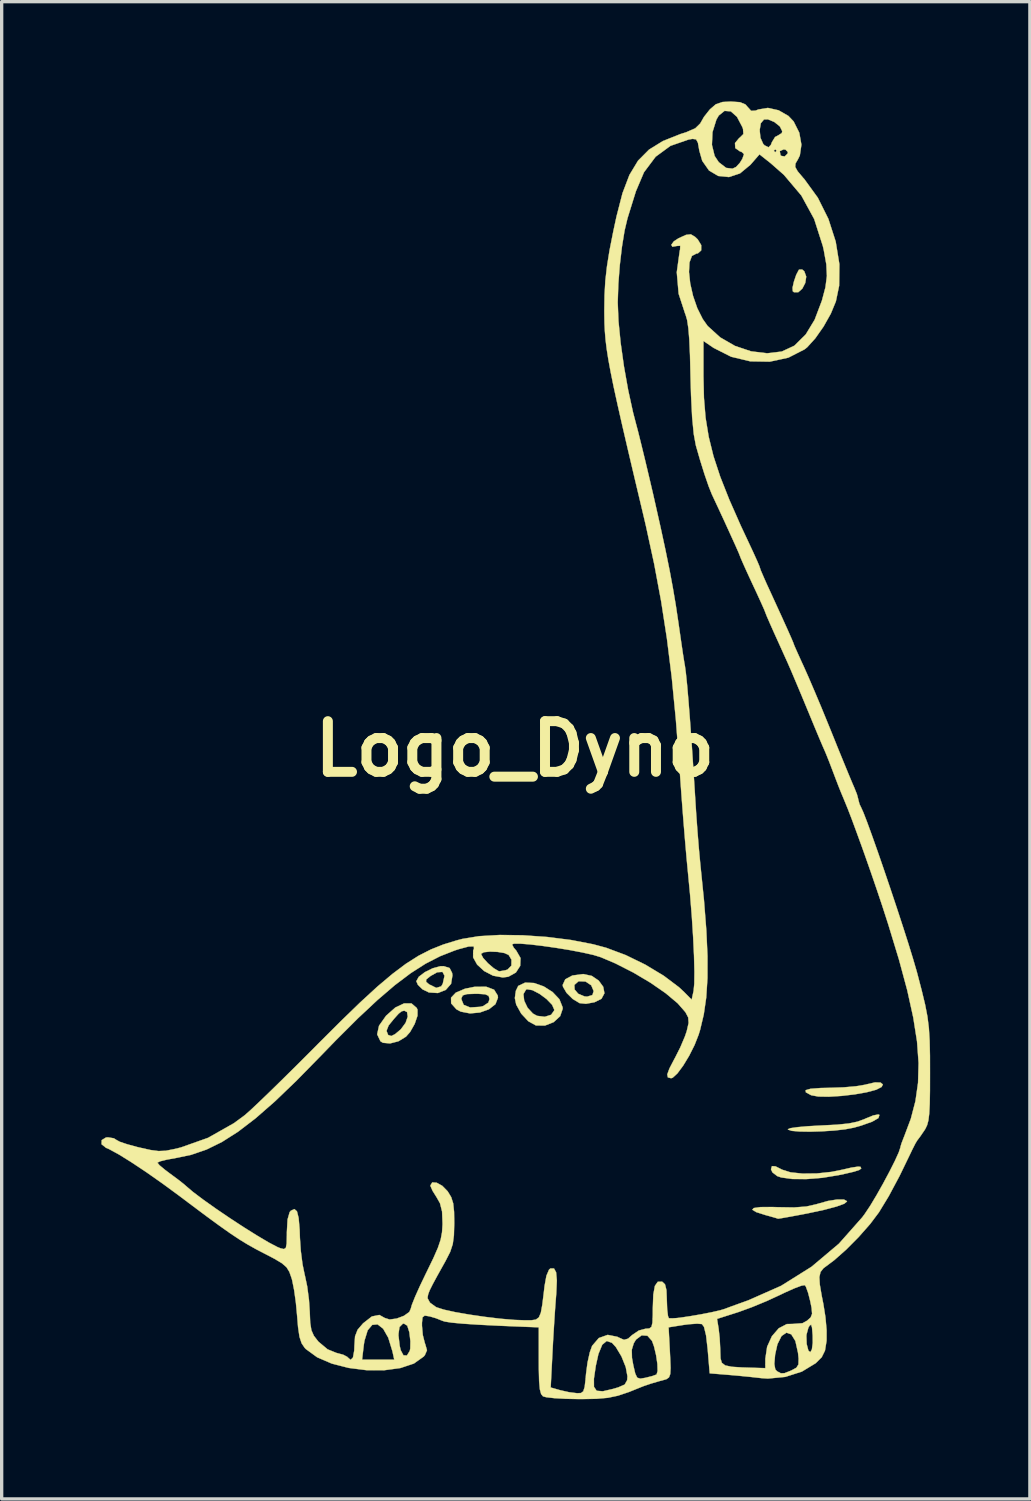
<source format=kicad_pcb>
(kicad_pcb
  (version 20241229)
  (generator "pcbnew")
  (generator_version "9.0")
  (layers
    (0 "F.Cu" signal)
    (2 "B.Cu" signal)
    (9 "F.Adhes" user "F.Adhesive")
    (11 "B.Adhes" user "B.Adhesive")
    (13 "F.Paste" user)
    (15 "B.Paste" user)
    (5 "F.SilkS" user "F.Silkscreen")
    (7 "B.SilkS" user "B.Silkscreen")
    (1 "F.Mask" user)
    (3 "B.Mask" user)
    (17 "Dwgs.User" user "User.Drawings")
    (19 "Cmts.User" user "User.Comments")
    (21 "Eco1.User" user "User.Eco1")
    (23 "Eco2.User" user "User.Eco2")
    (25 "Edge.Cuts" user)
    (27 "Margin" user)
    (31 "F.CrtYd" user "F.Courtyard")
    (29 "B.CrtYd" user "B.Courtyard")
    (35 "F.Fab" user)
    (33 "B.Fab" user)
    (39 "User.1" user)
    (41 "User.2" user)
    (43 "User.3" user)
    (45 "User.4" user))
  (footprint "Logo_Dyno"
    (layer "F.Cu")
    (at 12.437 19.478)
    (property "Reference" "Logo_Dyno" (at 0 0 0) (layer "F.SilkS") (effects (font (size 1.524 1.524) (thickness 0.3))))
    (attr through_hole)
    (fp_poly (pts (xy 8.707 -14.367) (xy 8.765 -14.207) (xy 8.736 -14.018) (xy 8.648 -13.847) (xy 8.526 -13.738) (xy 8.397 -13.738) (xy 8.361 -13.766) (xy 8.353 -13.87) (xy 8.395 -14.058) (xy 8.464 -14.261) (xy 8.542 -14.409) (xy 8.55 -14.418) (xy 8.643 -14.421) (xy 8.707 -14.367)) (stroke (width 0.01) (type solid)) (fill yes) (layer "F.SilkS"))
    (fp_poly (pts (xy 11.003 10.037) (xy 11.071 10.094) (xy 11.032 10.169) (xy 10.87 10.252) (xy 10.585 10.328) (xy 10.222 10.392) (xy 9.828 10.438) (xy 9.449 10.462) (xy 9.13 10.457) (xy 8.917 10.418) (xy 8.911 10.416) (xy 8.754 10.33) (xy 8.747 10.266) (xy 8.896 10.223) (xy 9.205 10.2) (xy 9.504 10.194) (xy 9.894 10.18) (xy 10.257 10.148) (xy 10.534 10.102) (xy 10.603 10.084) (xy 10.835 10.031) (xy 11.003 10.037)) (stroke (width 0.01) (type solid)) (fill yes) (layer "F.SilkS"))
    (fp_poly (pts (xy 7.84 12.556) (xy 8.043 12.658) (xy 8.293 12.737) (xy 8.657 12.775) (xy 9.085 12.77) (xy 9.527 12.723) (xy 9.858 12.656) (xy 10.127 12.594) (xy 10.324 12.565) (xy 10.398 12.571) (xy 10.42 12.62) (xy 10.362 12.665) (xy 10.199 12.718) (xy 9.906 12.786) (xy 9.735 12.822) (xy 9.246 12.902) (xy 8.767 12.94) (xy 8.341 12.937) (xy 8.013 12.891) (xy 7.895 12.851) (xy 7.749 12.739) (xy 7.705 12.645) (xy 7.734 12.55) (xy 7.84 12.556)) (stroke (width 0.01) (type solid)) (fill yes) (layer "F.SilkS"))
    (fp_poly (pts (xy 10.967 11.01) (xy 10.937 11.104) (xy 10.749 11.213) (xy 10.414 11.332) (xy 10.192 11.394) (xy 9.934 11.443) (xy 9.604 11.48) (xy 9.24 11.503) (xy 8.881 11.514) (xy 8.565 11.509) (xy 8.331 11.489) (xy 8.218 11.452) (xy 8.213 11.44) (xy 8.292 11.408) (xy 8.507 11.377) (xy 8.826 11.349) (xy 9.207 11.328) (xy 9.691 11.303) (xy 10.044 11.267) (xy 10.309 11.212) (xy 10.524 11.132) (xy 10.562 11.114) (xy 10.781 11.025) (xy 10.932 10.996) (xy 10.967 11.01)) (stroke (width 0.01) (type solid)) (fill yes) (layer "F.SilkS"))
    (fp_poly (pts (xy 9.9 13.555) (xy 9.99 13.604) (xy 9.991 13.613) (xy 9.909 13.681) (xy 9.675 13.766) (xy 9.305 13.864) (xy 8.813 13.97) (xy 8.594 14.012) (xy 8.282 14.07) (xy 8.045 14.112) (xy 7.924 14.131) (xy 7.916 14.131) (xy 7.843 14.107) (xy 7.657 14.054) (xy 7.542 14.023) (xy 7.26 13.933) (xy 7.143 13.862) (xy 7.187 13.811) (xy 7.388 13.782) (xy 7.742 13.78) (xy 7.909 13.785) (xy 8.397 13.793) (xy 8.767 13.765) (xy 9.069 13.697) (xy 9.111 13.684) (xy 9.419 13.598) (xy 9.696 13.554) (xy 9.9 13.555)) (stroke (width 0.01) (type solid)) (fill yes) (layer "F.SilkS"))
    (fp_poly (pts (xy -1.962 6.591) (xy -1.887 6.739) (xy -1.877 6.81) (xy -1.918 7.065) (xy -2.078 7.249) (xy -2.315 7.343) (xy -2.585 7.326) (xy -2.775 7.234) (xy -2.916 7.097) (xy -2.955 7.007) (xy -2.669 7.007) (xy -2.578 7.083) (xy -2.363 7.188) (xy -2.215 7.142) (xy -2.168 7.063) (xy -2.115 6.824) (xy -2.176 6.707) (xy -2.337 6.719) (xy -2.533 6.829) (xy -2.667 6.935) (xy -2.669 7.007) (xy -2.955 7.007) (xy -2.963 6.987) (xy -2.89 6.855) (xy -2.708 6.716) (xy -2.472 6.599) (xy -2.238 6.536) (xy -2.14 6.535) (xy -1.962 6.591)) (stroke (width 0.01) (type solid)) (fill yes) (layer "F.SilkS"))
    (fp_poly (pts (xy 2.314 6.828) (xy 2.521 6.968) (xy 2.658 7.155) (xy 2.695 7.35) (xy 2.606 7.516) (xy 2.603 7.518) (xy 2.396 7.62) (xy 2.139 7.667) (xy 1.947 7.647) (xy 1.741 7.522) (xy 1.557 7.34) (xy 1.449 7.156) (xy 1.439 7.1) (xy 1.44 7.099) (xy 1.791 7.099) (xy 1.798 7.237) (xy 1.907 7.366) (xy 2.093 7.444) (xy 2.176 7.451) (xy 2.334 7.403) (xy 2.371 7.284) (xy 2.298 7.111) (xy 2.127 6.997) (xy 1.928 6.989) (xy 1.911 6.994) (xy 1.791 7.099) (xy 1.44 7.099) (xy 1.517 6.93) (xy 1.731 6.816) (xy 2.053 6.773) (xy 2.063 6.773) (xy 2.314 6.828)) (stroke (width 0.01) (type solid)) (fill yes) (layer "F.SilkS"))
    (fp_poly (pts (xy -0.624 7.243) (xy -0.514 7.42) (xy -0.508 7.483) (xy -0.584 7.679) (xy -0.78 7.832) (xy -1.05 7.929) (xy -1.348 7.956) (xy -1.628 7.902) (xy -1.757 7.833) (xy -1.916 7.655) (xy -1.918 7.528) (xy -1.609 7.528) (xy -1.539 7.699) (xy -1.344 7.777) (xy -1.044 7.758) (xy -0.953 7.736) (xy -0.797 7.632) (xy -0.762 7.525) (xy -0.788 7.429) (xy -0.891 7.381) (xy -1.114 7.366) (xy -1.185 7.366) (xy -1.44 7.375) (xy -1.567 7.414) (xy -1.607 7.498) (xy -1.609 7.528) (xy -1.918 7.528) (xy -1.919 7.483) (xy -1.775 7.331) (xy -1.497 7.213) (xy -1.219 7.157) (xy -0.865 7.153) (xy -0.624 7.243)) (stroke (width 0.01) (type solid)) (fill yes) (layer "F.SilkS"))
    (fp_poly (pts (xy -3.109 7.656) (xy -2.954 7.789) (xy -2.928 7.843) (xy -2.929 8.026) (xy -3.013 8.272) (xy -3.151 8.515) (xy -3.275 8.656) (xy -3.501 8.794) (xy -3.753 8.859) (xy -3.968 8.84) (xy -4.043 8.794) (xy -4.142 8.585) (xy -4.119 8.48) (xy -3.861 8.48) (xy -3.811 8.605) (xy -3.716 8.636) (xy -3.605 8.581) (xy -3.444 8.447) (xy -3.425 8.428) (xy -3.286 8.24) (xy -3.222 8.053) (xy -3.242 7.916) (xy -3.326 7.874) (xy -3.404 7.892) (xy -3.498 7.966) (xy -3.64 8.125) (xy -3.796 8.317) (xy -3.861 8.48) (xy -4.119 8.48) (xy -4.085 8.326) (xy -3.874 8.027) (xy -3.873 8.026) (xy -3.595 7.779) (xy -3.332 7.655) (xy -3.109 7.656)) (stroke (width 0.01) (type solid)) (fill yes) (layer "F.SilkS"))
    (fp_poly (pts (xy 0.579 7.042) (xy 0.868 7.144) (xy 1.136 7.314) (xy 1.34 7.53) (xy 1.436 7.77) (xy 1.439 7.817) (xy 1.363 8.039) (xy 1.169 8.218) (xy 0.908 8.321) (xy 0.635 8.319) (xy 0.405 8.192) (xy 0.191 7.962) (xy 0.041 7.691) (xy 0 7.495) (xy 0.017 7.374) (xy 0.258 7.374) (xy 0.281 7.573) (xy 0.383 7.786) (xy 0.543 7.96) (xy 0.668 8.029) (xy 0.9 8.058) (xy 1.091 7.998) (xy 1.183 7.869) (xy 1.185 7.843) (xy 1.12 7.696) (xy 0.956 7.526) (xy 0.743 7.368) (xy 0.53 7.257) (xy 0.366 7.229) (xy 0.337 7.24) (xy 0.258 7.374) (xy 0.017 7.374) (xy 0.031 7.275) (xy 0.102 7.129) (xy 0.309 7.03) (xy 0.579 7.042)) (stroke (width 0.01) (type solid)) (fill yes) (layer "F.SilkS"))
    (fp_poly (pts (xy 6.774 -19.454) (xy 6.937 -19.386) (xy 7.007 -19.306) (xy 7.109 -19.193) (xy 7.242 -19.201) (xy 7.323 -19.234) (xy 7.611 -19.282) (xy 7.934 -19.21) (xy 8.23 -19.04) (xy 8.386 -18.875) (xy 8.556 -18.536) (xy 8.62 -18.176) (xy 8.573 -17.853) (xy 8.516 -17.736) (xy 8.442 -17.609) (xy 8.434 -17.506) (xy 8.506 -17.377) (xy 8.674 -17.177) (xy 8.707 -17.141) (xy 9.114 -16.58) (xy 9.432 -15.942) (xy 9.651 -15.263) (xy 9.762 -14.581) (xy 9.755 -13.934) (xy 9.657 -13.462) (xy 9.505 -13.094) (xy 9.286 -12.705) (xy 9.038 -12.351) (xy 8.795 -12.083) (xy 8.715 -12.019) (xy 8.226 -11.769) (xy 7.668 -11.649) (xy 7.082 -11.659) (xy 6.506 -11.797) (xy 5.981 -12.062) (xy 5.979 -12.064) (xy 5.673 -12.272) (xy 5.673 -11.212) (xy 5.688 -10.563) (xy 5.737 -9.965) (xy 5.831 -9.39) (xy 5.975 -8.806) (xy 6.179 -8.185) (xy 6.451 -7.497) (xy 6.798 -6.711) (xy 7.036 -6.204) (xy 7.181 -5.893) (xy 7.294 -5.643) (xy 7.358 -5.492) (xy 7.366 -5.465) (xy 7.398 -5.371) (xy 7.483 -5.173) (xy 7.57 -4.976) (xy 7.707 -4.678) (xy 7.88 -4.3) (xy 8.055 -3.918) (xy 8.078 -3.866) (xy 8.215 -3.564) (xy 8.32 -3.326) (xy 8.377 -3.191) (xy 8.382 -3.174) (xy 8.415 -3.089) (xy 8.504 -2.888) (xy 8.631 -2.608) (xy 8.689 -2.483) (xy 8.828 -2.171) (xy 9.01 -1.747) (xy 9.217 -1.256) (xy 9.428 -0.741) (xy 9.54 -0.466) (xy 9.728 0.001) (xy 9.904 0.431) (xy 10.052 0.791) (xy 10.161 1.051) (xy 10.207 1.156) (xy 10.29 1.363) (xy 10.329 1.509) (xy 10.329 1.517) (xy 10.369 1.664) (xy 10.415 1.758) (xy 10.484 1.911) (xy 10.596 2.2) (xy 10.741 2.598) (xy 10.912 3.081) (xy 11.099 3.622) (xy 11.294 4.197) (xy 11.488 4.778) (xy 11.672 5.341) (xy 11.838 5.859) (xy 11.976 6.308) (xy 12.079 6.66) (xy 12.099 6.731) (xy 12.239 7.267) (xy 12.341 7.691) (xy 12.411 8.052) (xy 12.454 8.396) (xy 12.477 8.773) (xy 12.487 9.229) (xy 12.488 9.737) (xy 12.487 10.281) (xy 12.48 10.683) (xy 12.465 10.971) (xy 12.44 11.173) (xy 12.402 11.316) (xy 12.348 11.429) (xy 12.321 11.472) (xy 12.198 11.652) (xy 12.116 11.762) (xy 12.109 11.769) (xy 12.05 11.866) (xy 11.952 12.059) (xy 11.909 12.15) (xy 11.574 12.842) (xy 11.246 13.456) (xy 10.951 13.941) (xy 10.686 14.293) (xy 10.342 14.683) (xy 9.967 15.061) (xy 9.61 15.377) (xy 9.429 15.513) (xy 9.283 15.622) (xy 9.195 15.734) (xy 9.16 15.886) (xy 9.173 16.111) (xy 9.23 16.446) (xy 9.281 16.702) (xy 9.343 17.094) (xy 9.378 17.484) (xy 9.377 17.794) (xy 9.376 17.808) (xy 9.329 18.099) (xy 9.231 18.298) (xy 9.049 18.479) (xy 8.635 18.73) (xy 8.135 18.89) (xy 7.612 18.941) (xy 7.423 18.928) (xy 7.091 18.891) (xy 6.693 18.852) (xy 6.423 18.829) (xy 5.861 18.783) (xy 5.801 18.064) (xy 5.752 17.641) (xy 5.69 17.386) (xy 5.627 17.301) (xy 5.483 17.289) (xy 5.238 17.306) (xy 5.069 17.328) (xy 4.625 17.399) (xy 4.652 17.907) (xy 4.674 18.335) (xy 4.685 18.624) (xy 4.675 18.804) (xy 4.636 18.905) (xy 4.562 18.958) (xy 4.443 18.993) (xy 4.36 19.014) (xy 4.1 19.09) (xy 3.884 19.163) (xy 3.852 19.175) (xy 3.433 19.344) (xy 3.102 19.455) (xy 2.797 19.519) (xy 2.456 19.549) (xy 2.02 19.557) (xy 1.923 19.557) (xy 1.529 19.549) (xy 1.19 19.53) (xy 0.947 19.502) (xy 0.847 19.475) (xy 0.79 19.405) (xy 0.752 19.262) (xy 0.73 19.019) (xy 0.721 18.648) (xy 0.72 18.397) (xy 0.72 17.399) (xy 0.296 17.383) (xy -0.48 17.351) (xy -1.097 17.32) (xy -1.567 17.289) (xy -1.899 17.258) (xy -2.105 17.226) (xy -2.18 17.202) (xy -2.376 17.124) (xy -2.561 17.07) (xy -2.71 17.046) (xy -2.777 17.097) (xy -2.794 17.263) (xy -2.794 17.351) (xy -2.769 17.631) (xy -2.707 17.876) (xy -2.696 17.903) (xy -2.643 18.089) (xy -2.707 18.236) (xy -2.742 18.278) (xy -3.036 18.488) (xy -3.444 18.624) (xy -3.932 18.69) (xy -4.462 18.688) (xy -4.999 18.62) (xy -5.506 18.49) (xy -5.947 18.3) (xy -6.287 18.052) (xy -6.322 18.015) (xy -6.414 17.879) (xy -6.478 17.685) (xy -6.521 17.395) (xy -6.549 17.06) (xy -6.586 16.663) (xy -6.639 16.28) (xy -6.699 15.979) (xy -6.717 15.917) (xy -6.783 15.73) (xy -6.868 15.592) (xy -7.007 15.471) (xy -7.235 15.335) (xy -7.517 15.188) (xy -7.788 15.047) (xy -8.036 14.908) (xy -8.285 14.756) (xy -8.56 14.573) (xy -8.884 14.344) (xy -9.282 14.053) (xy -9.778 13.682) (xy -10.075 13.458) (xy -10.587 13.082) (xy -11.082 12.734) (xy -11.514 12.447) (xy -10.753 12.447) (xy -10.69 12.523) (xy -10.527 12.659) (xy -10.374 12.774) (xy -10.141 12.946) (xy -9.955 13.092) (xy -9.888 13.151) (xy -9.681 13.327) (xy -9.372 13.56) (xy -8.993 13.829) (xy -8.575 14.113) (xy -8.15 14.391) (xy -7.749 14.642) (xy -7.403 14.847) (xy -7.144 14.983) (xy -7.048 15.022) (xy -6.946 15.045) (xy -6.889 15.009) (xy -6.864 14.881) (xy -6.858 14.626) (xy -6.858 14.536) (xy -6.837 14.155) (xy -6.774 13.934) (xy -6.739 13.892) (xy -6.631 13.842) (xy -6.554 13.91) (xy -6.504 14.11) (xy -6.474 14.456) (xy -6.466 14.696) (xy -6.439 15.097) (xy -6.387 15.503) (xy -6.32 15.828) (xy -6.316 15.839) (xy -6.246 16.17) (xy -6.193 16.576) (xy -6.17 16.923) (xy -6.156 17.261) (xy -6.12 17.486) (xy -6.046 17.653) (xy -5.918 17.819) (xy -5.908 17.831) (xy -5.633 18.061) (xy -5.369 18.168) (xy -5.161 18.224) (xy -5.037 18.29) (xy -5.032 18.298) (xy -4.939 18.379) (xy -4.933 18.373) (xy -4.596 18.373) (xy -3.627 18.373) (xy -3.683 18.118) (xy -3.808 17.71) (xy -3.858 17.622) (xy -3.503 17.622) (xy -3.464 17.954) (xy -3.434 18.086) (xy -3.351 18.241) (xy -3.246 18.246) (xy -3.162 18.11) (xy -3.146 18.037) (xy -3.142 17.816) (xy -3.172 17.555) (xy -3.172 17.552) (xy -3.236 17.349) (xy -3.336 17.287) (xy -3.37 17.291) (xy -3.471 17.392) (xy -3.503 17.622) (xy -3.858 17.622) (xy -3.962 17.44) (xy -4.129 17.31) (xy -4.289 17.325) (xy -4.427 17.488) (xy -4.524 17.803) (xy -4.544 17.933) (xy -4.596 18.373) (xy -4.933 18.373) (xy -4.869 18.306) (xy -4.831 18.095) (xy -4.826 17.956) (xy -4.807 17.671) (xy -4.73 17.472) (xy -4.565 17.279) (xy -4.3 17.072) (xy -4.075 17.027) (xy -3.914 17.117) (xy -3.768 17.164) (xy -3.554 17.135) (xy -3.336 17.053) (xy -3.176 16.939) (xy -3.133 16.846) (xy -3.096 16.718) (xy -2.998 16.473) (xy -2.851 16.146) (xy -2.671 15.771) (xy -2.656 15.741) (xy -2.451 15.319) (xy -2.314 15.006) (xy -2.231 14.759) (xy -2.19 14.539) (xy -2.175 14.304) (xy -2.175 14.263) (xy -2.189 13.915) (xy -2.251 13.668) (xy -2.355 13.484) (xy -2.476 13.291) (xy -2.538 13.148) (xy -2.54 13.131) (xy -2.485 13.04) (xy -2.351 13.049) (xy -2.182 13.143) (xy -2.022 13.306) (xy -2.017 13.314) (xy -1.914 13.484) (xy -1.855 13.67) (xy -1.828 13.925) (xy -1.823 14.266) (xy -1.833 14.632) (xy -1.868 14.896) (xy -1.945 15.129) (xy -2.082 15.398) (xy -2.112 15.452) (xy -2.327 15.837) (xy -2.472 16.105) (xy -2.561 16.283) (xy -2.606 16.4) (xy -2.623 16.486) (xy -2.624 16.527) (xy -2.553 16.657) (xy -2.377 16.785) (xy -2.349 16.799) (xy -2.135 16.867) (xy -1.794 16.942) (xy -1.369 17.016) (xy -0.902 17.084) (xy -0.437 17.14) (xy -0.014 17.176) (xy 0.29 17.187) (xy 0.492 17.187) (xy 0.631 17.167) (xy 0.722 17.101) (xy 0.782 16.961) (xy 0.826 16.718) (xy 0.872 16.347) (xy 0.894 16.156) (xy 0.95 15.847) (xy 1.029 15.663) (xy 1.071 15.628) (xy 1.178 15.629) (xy 1.241 15.744) (xy 1.263 15.989) (xy 1.246 16.379) (xy 1.237 16.493) (xy 1.21 16.853) (xy 1.18 17.315) (xy 1.15 17.813) (xy 1.131 18.177) (xy 1.078 19.209) (xy 1.365 19.291) (xy 1.632 19.351) (xy 1.872 19.381) (xy 1.988 19.376) (xy 2.058 19.325) (xy 2.1 19.193) (xy 2.129 18.946) (xy 2.378 18.946) (xy 2.38 19.189) (xy 2.462 19.308) (xy 2.646 19.323) (xy 2.952 19.252) (xy 3.111 19.205) (xy 3.305 19.12) (xy 3.379 18.988) (xy 3.387 18.871) (xy 3.336 18.594) (xy 3.208 18.275) (xy 3.088 18.074) (xy 3.517 18.074) (xy 3.523 18.318) (xy 3.563 18.539) (xy 3.622 18.791) (xy 3.681 18.914) (xy 3.774 18.943) (xy 3.924 18.918) (xy 4.132 18.866) (xy 4.261 18.819) (xy 4.263 18.818) (xy 4.294 18.714) (xy 4.288 18.502) (xy 4.249 18.238) (xy 4.187 17.976) (xy 4.126 17.807) (xy 3.989 17.652) (xy 3.815 17.64) (xy 3.645 17.767) (xy 3.577 17.878) (xy 3.517 18.074) (xy 3.088 18.074) (xy 3.039 17.993) (xy 2.923 17.866) (xy 2.765 17.81) (xy 2.629 17.922) (xy 2.514 18.201) (xy 2.435 18.557) (xy 2.378 18.946) (xy 2.129 18.946) (xy 2.129 18.943) (xy 2.141 18.802) (xy 2.186 18.461) (xy 2.255 18.15) (xy 2.324 17.957) (xy 2.526 17.721) (xy 2.793 17.626) (xy 3.084 17.684) (xy 3.122 17.704) (xy 3.284 17.775) (xy 3.406 17.74) (xy 3.526 17.633) (xy 3.73 17.495) (xy 3.933 17.441) (xy 4.044 17.433) (xy 4.109 17.386) (xy 4.139 17.261) (xy 4.144 17.145) (xy 6.082 17.145) (xy 6.13 17.441) (xy 6.161 17.719) (xy 6.178 18.045) (xy 6.18 18.134) (xy 6.187 18.334) (xy 6.226 18.466) (xy 6.328 18.545) (xy 6.523 18.586) (xy 6.839 18.606) (xy 7.091 18.614) (xy 7.535 18.627) (xy 7.535 18.505) (xy 7.805 18.505) (xy 7.835 18.664) (xy 7.886 18.72) (xy 8 18.781) (xy 8.108 18.779) (xy 8.282 18.712) (xy 8.33 18.69) (xy 8.469 18.614) (xy 8.531 18.516) (xy 8.536 18.34) (xy 8.518 18.166) (xy 8.439 17.811) (xy 8.33 17.634) (xy 8.769 17.634) (xy 8.778 17.9) (xy 8.83 18.099) (xy 8.887 18.148) (xy 8.935 18.065) (xy 8.961 17.869) (xy 8.959 17.644) (xy 8.939 17.407) (xy 8.912 17.317) (xy 8.865 17.351) (xy 8.83 17.408) (xy 8.769 17.634) (xy 8.33 17.634) (xy 8.315 17.61) (xy 8.168 17.56) (xy 8.022 17.661) (xy 7.898 17.909) (xy 7.829 18.22) (xy 7.805 18.505) (xy 7.535 18.505) (xy 7.535 18.343) (xy 7.589 17.983) (xy 7.733 17.666) (xy 7.939 17.428) (xy 8.182 17.301) (xy 8.36 17.297) (xy 8.653 17.275) (xy 8.789 17.2) (xy 8.898 17.103) (xy 8.941 16.994) (xy 8.927 16.817) (xy 8.886 16.614) (xy 8.821 16.359) (xy 8.756 16.18) (xy 8.723 16.13) (xy 8.621 16.146) (xy 8.407 16.226) (xy 8.121 16.354) (xy 7.989 16.418) (xy 7.582 16.606) (xy 7.134 16.791) (xy 6.734 16.937) (xy 6.703 16.947) (xy 6.082 17.145) (xy 4.144 17.145) (xy 4.149 17.025) (xy 4.15 16.828) (xy 4.165 16.414) (xy 4.213 16.153) (xy 4.299 16.029) (xy 4.428 16.026) (xy 4.436 16.029) (xy 4.517 16.106) (xy 4.56 16.279) (xy 4.572 16.585) (xy 4.572 16.587) (xy 4.582 16.862) (xy 4.607 17.061) (xy 4.636 17.131) (xy 4.743 17.134) (xy 4.971 17.109) (xy 5.274 17.064) (xy 5.606 17.007) (xy 5.923 16.945) (xy 6.178 16.886) (xy 6.308 16.847) (xy 6.473 16.785) (xy 6.738 16.689) (xy 7.027 16.585) (xy 8.01 16.15) (xy 8.926 15.576) (xy 9.748 14.883) (xy 10.45 14.09) (xy 10.527 13.986) (xy 10.687 13.746) (xy 10.876 13.431) (xy 11.076 13.077) (xy 11.267 12.719) (xy 11.431 12.394) (xy 11.548 12.137) (xy 11.599 11.984) (xy 11.599 11.974) (xy 11.63 11.867) (xy 11.703 11.678) (xy 11.713 11.654) (xy 11.911 11.127) (xy 12.05 10.595) (xy 12.129 10.042) (xy 12.145 9.449) (xy 12.098 8.8) (xy 11.984 8.076) (xy 11.804 7.261) (xy 11.555 6.338) (xy 11.235 5.287) (xy 11.045 4.699) (xy 10.891 4.24) (xy 10.708 3.706) (xy 10.523 3.179) (xy 10.431 2.921) (xy 10.259 2.449) (xy 10.126 2.089) (xy 10.012 1.794) (xy 9.899 1.518) (xy 9.813 1.312) (xy 9.744 1.141) (xy 9.643 0.878) (xy 9.567 0.677) (xy 9.458 0.391) (xy 9.361 0.149) (xy 9.315 0.042) (xy 9.254 -0.097) (xy 9.143 -0.358) (xy 8.998 -0.705) (xy 8.833 -1.105) (xy 8.8 -1.184) (xy 8.624 -1.609) (xy 8.456 -2.009) (xy 8.315 -2.342) (xy 8.218 -2.564) (xy 8.211 -2.581) (xy 8.096 -2.835) (xy 7.945 -3.17) (xy 7.796 -3.498) (xy 7.671 -3.779) (xy 7.578 -3.993) (xy 7.536 -4.1) (xy 7.535 -4.104) (xy 7.502 -4.188) (xy 7.411 -4.392) (xy 7.278 -4.683) (xy 7.154 -4.948) (xy 6.998 -5.285) (xy 6.873 -5.561) (xy 6.794 -5.743) (xy 6.773 -5.798) (xy 6.739 -5.885) (xy 6.643 -6.103) (xy 6.496 -6.427) (xy 6.309 -6.837) (xy 6.091 -7.307) (xy 5.925 -7.662) (xy 5.828 -7.905) (xy 5.705 -8.263) (xy 5.573 -8.685) (xy 5.447 -9.123) (xy 5.443 -9.139) (xy 5.381 -9.476) (xy 5.333 -9.977) (xy 5.3 -10.644) (xy 5.284 -11.213) (xy 5.269 -11.835) (xy 5.248 -12.309) (xy 5.219 -12.658) (xy 5.182 -12.903) (xy 5.134 -13.067) (xy 5.123 -13.091) (xy 4.927 -13.691) (xy 4.871 -14.339) (xy 4.96 -14.982) (xy 4.97 -15.02) (xy 4.975 -15.135) (xy 4.881 -15.13) (xy 4.738 -15.106) (xy 4.707 -15.164) (xy 4.781 -15.267) (xy 4.923 -15.36) (xy 5.15 -15.463) (xy 5.294 -15.479) (xy 5.42 -15.404) (xy 5.501 -15.327) (xy 5.606 -15.155) (xy 5.605 -14.996) (xy 5.505 -14.906) (xy 5.461 -14.901) (xy 5.326 -14.829) (xy 5.253 -14.633) (xy 5.238 -14.347) (xy 5.275 -14.001) (xy 5.36 -13.628) (xy 5.487 -13.26) (xy 5.652 -12.93) (xy 5.798 -12.724) (xy 6.176 -12.38) (xy 6.623 -12.122) (xy 7.105 -11.96) (xy 7.586 -11.901) (xy 8.029 -11.953) (xy 8.399 -12.125) (xy 8.416 -12.137) (xy 8.751 -12.469) (xy 9.019 -12.911) (xy 9.237 -13.486) (xy 9.343 -13.886) (xy 9.387 -14.227) (xy 9.37 -14.575) (xy 9.294 -14.998) (xy 9.265 -15.126) (xy 9.004 -15.94) (xy 8.618 -16.647) (xy 8.094 -17.268) (xy 7.698 -17.616) (xy 7.359 -17.885) (xy 7.087 -17.572) (xy 6.773 -17.312) (xy 6.44 -17.202) (xy 6.119 -17.234) (xy 5.841 -17.399) (xy 5.637 -17.69) (xy 5.549 -17.996) (xy 5.519 -18.171) (xy 5.928 -18.171) (xy 6.01 -17.836) (xy 6.134 -17.649) (xy 6.356 -17.478) (xy 6.547 -17.455) (xy 6.655 -17.506) (xy 6.766 -17.626) (xy 6.843 -17.749) (xy 6.893 -17.892) (xy 6.821 -17.959) (xy 6.771 -17.974) (xy 6.747 -17.992) (xy 7.789 -17.992) (xy 7.832 -17.949) (xy 7.864 -17.982) (xy 7.969 -17.982) (xy 7.99 -17.865) (xy 8.013 -17.839) (xy 8.118 -17.822) (xy 8.204 -17.907) (xy 8.213 -17.954) (xy 8.144 -18.025) (xy 8.086 -18.034) (xy 7.969 -17.982) (xy 7.864 -17.982) (xy 7.874 -17.992) (xy 7.832 -18.034) (xy 7.789 -17.992) (xy 6.747 -17.992) (xy 6.631 -18.073) (xy 6.622 -18.224) (xy 6.747 -18.375) (xy 6.765 -18.387) (xy 6.874 -18.495) (xy 6.867 -18.613) (xy 7.364 -18.613) (xy 7.388 -18.384) (xy 7.471 -18.198) (xy 7.514 -18.155) (xy 7.631 -18.097) (xy 7.702 -18.17) (xy 7.733 -18.252) (xy 7.828 -18.407) (xy 7.923 -18.457) (xy 8.03 -18.525) (xy 8.043 -18.582) (xy 7.972 -18.725) (xy 7.805 -18.859) (xy 7.613 -18.938) (xy 7.494 -18.935) (xy 7.398 -18.819) (xy 7.364 -18.613) (xy 6.867 -18.613) (xy 6.864 -18.648) (xy 6.844 -18.705) (xy 6.682 -19.013) (xy 6.497 -19.178) (xy 6.308 -19.193) (xy 6.134 -19.053) (xy 6.063 -18.931) (xy 5.945 -18.553) (xy 5.928 -18.171) (xy 5.519 -18.171) (xy 5.508 -18.231) (xy 5.452 -18.336) (xy 5.344 -18.351) (xy 5.222 -18.329) (xy 4.681 -18.141) (xy 4.234 -17.813) (xy 3.884 -17.346) (xy 3.641 -16.773) (xy 3.539 -16.446) (xy 3.446 -16.147) (xy 3.388 -15.96) (xy 3.301 -15.593) (xy 3.222 -15.108) (xy 3.157 -14.555) (xy 3.113 -13.985) (xy 3.095 -13.448) (xy 3.095 -13.42) (xy 3.117 -12.873) (xy 3.182 -12.218) (xy 3.282 -11.506) (xy 3.409 -10.793) (xy 3.554 -10.129) (xy 3.634 -9.821) (xy 3.704 -9.557) (xy 3.8 -9.17) (xy 3.914 -8.703) (xy 4.034 -8.198) (xy 4.151 -7.699) (xy 4.201 -7.478) (xy 4.384 -6.664) (xy 4.532 -5.978) (xy 4.653 -5.384) (xy 4.753 -4.846) (xy 4.841 -4.327) (xy 4.921 -3.793) (xy 4.949 -3.598) (xy 5.005 -3.208) (xy 5.057 -2.855) (xy 5.099 -2.59) (xy 5.116 -2.498) (xy 5.144 -2.289) (xy 5.181 -1.931) (xy 5.223 -1.447) (xy 5.269 -0.856) (xy 5.318 -0.18) (xy 5.367 0.56) (xy 5.417 1.344) (xy 5.42 1.397) (xy 5.454 1.935) (xy 5.494 2.484) (xy 5.535 2.991) (xy 5.573 3.402) (xy 5.584 3.514) (xy 5.69 4.559) (xy 5.76 5.458) (xy 5.795 6.231) (xy 5.794 6.897) (xy 5.757 7.476) (xy 5.683 7.987) (xy 5.573 8.45) (xy 5.529 8.594) (xy 5.406 8.907) (xy 5.243 9.231) (xy 5.063 9.528) (xy 4.89 9.761) (xy 4.748 9.891) (xy 4.7 9.906) (xy 4.603 9.881) (xy 4.585 9.791) (xy 4.651 9.611) (xy 4.805 9.315) (xy 4.819 9.291) (xy 4.978 8.975) (xy 5.115 8.652) (xy 5.17 8.492) (xy 5.227 8.245) (xy 5.215 8.078) (xy 5.132 7.92) (xy 4.898 7.652) (xy 4.538 7.35) (xy 4.083 7.035) (xy 3.568 6.729) (xy 3.026 6.453) (xy 2.582 6.264) (xy 2.358 6.196) (xy 2.037 6.124) (xy 1.655 6.051) (xy 1.244 5.984) (xy 0.837 5.926) (xy 0.467 5.882) (xy 0.169 5.858) (xy -0.026 5.858) (xy -0.085 5.881) (xy -0.032 5.981) (xy 0.042 6.066) (xy 0.171 6.291) (xy 0.161 6.525) (xy 0.031 6.727) (xy -0.196 6.853) (xy -0.361 6.875) (xy -0.656 6.821) (xy -0.924 6.681) (xy -1.135 6.487) (xy -1.255 6.27) (xy -1.254 6.169) (xy -1.016 6.169) (xy -0.955 6.287) (xy -0.81 6.447) (xy -0.637 6.596) (xy -0.491 6.683) (xy -0.461 6.689) (xy -0.287 6.659) (xy -0.219 6.637) (xy -0.104 6.519) (xy -0.101 6.34) (xy -0.186 6.198) (xy -0.314 6.14) (xy -0.521 6.106) (xy -0.748 6.097) (xy -0.932 6.116) (xy -1.016 6.164) (xy -1.016 6.169) (xy -1.254 6.169) (xy -1.253 6.062) (xy -1.231 6.016) (xy -1.234 5.94) (xy -1.387 5.943) (xy -1.69 6.024) (xy -1.814 6.065) (xy -2.249 6.236) (xy -2.682 6.458) (xy -3.13 6.744) (xy -3.61 7.106) (xy -4.135 7.556) (xy -4.724 8.107) (xy -5.39 8.772) (xy -5.842 9.238) (xy -6.574 9.985) (xy -7.221 10.606) (xy -7.8 11.112) (xy -8.325 11.514) (xy -8.812 11.824) (xy -9.277 12.052) (xy -9.735 12.209) (xy -10.177 12.302) (xy -10.464 12.354) (xy -10.67 12.405) (xy -10.753 12.445) (xy -10.753 12.447) (xy -11.514 12.447) (xy -11.534 12.433) (xy -11.918 12.195) (xy -12.207 12.038) (xy -12.298 11.999) (xy -12.432 11.892) (xy -12.428 11.768) (xy -12.299 11.689) (xy -12.239 11.684) (xy -12.062 11.713) (xy -11.985 11.762) (xy -11.885 11.817) (xy -11.663 11.892) (xy -11.363 11.974) (xy -11.296 11.99) (xy -10.96 12.065) (xy -10.719 12.097) (xy -10.502 12.088) (xy -10.24 12.036) (xy -10.048 11.989) (xy -9.229 11.699) (xy -8.45 11.258) (xy -8.128 11.021) (xy -7.972 10.884) (xy -7.716 10.644) (xy -7.378 10.319) (xy -6.978 9.928) (xy -6.533 9.488) (xy -6.063 9.018) (xy -5.927 8.88) (xy -5.239 8.194) (xy -4.648 7.621) (xy -4.135 7.15) (xy -3.683 6.769) (xy -3.276 6.463) (xy -2.896 6.222) (xy -2.526 6.033) (xy -2.15 5.883) (xy -1.75 5.76) (xy -1.583 5.716) (xy -1.078 5.633) (xy -0.455 5.597) (xy 0.243 5.606) (xy 0.973 5.657) (xy 1.69 5.748) (xy 2.353 5.876) (xy 2.747 5.982) (xy 3.333 6.201) (xy 3.927 6.491) (xy 4.478 6.823) (xy 4.936 7.168) (xy 5.094 7.315) (xy 5.319 7.543) (xy 5.377 7.279) (xy 5.398 7.06) (xy 5.402 6.7) (xy 5.39 6.225) (xy 5.363 5.661) (xy 5.323 5.035) (xy 5.27 4.374) (xy 5.208 3.725) (xy 5.167 3.298) (xy 5.119 2.745) (xy 5.067 2.11) (xy 5.015 1.434) (xy 4.967 0.762) (xy 4.949 0.508) (xy 4.843 -0.885) (xy 4.72 -2.149) (xy 4.574 -3.322) (xy 4.4 -4.446) (xy 4.192 -5.56) (xy 3.944 -6.703) (xy 3.858 -7.07) (xy 3.613 -8.101) (xy 3.405 -8.984) (xy 3.231 -9.733) (xy 3.088 -10.365) (xy 2.972 -10.894) (xy 2.882 -11.338) (xy 2.813 -11.711) (xy 2.763 -12.029) (xy 2.729 -12.307) (xy 2.708 -12.562) (xy 2.696 -12.809) (xy 2.692 -13.064) (xy 2.691 -13.184) (xy 2.698 -13.653) (xy 2.722 -14.082) (xy 2.771 -14.515) (xy 2.848 -14.995) (xy 2.961 -15.567) (xy 3.059 -16.021) (xy 3.238 -16.716) (xy 3.447 -17.266) (xy 3.706 -17.695) (xy 4.036 -18.027) (xy 4.455 -18.286) (xy 4.983 -18.496) (xy 5.152 -18.549) (xy 5.428 -18.669) (xy 5.58 -18.818) (xy 5.587 -18.833) (xy 5.69 -19.013) (xy 5.852 -19.219) (xy 5.871 -19.241) (xy 6.047 -19.392) (xy 6.248 -19.46) (xy 6.495 -19.473) (xy 6.774 -19.454)) (stroke (width 0.01) (type solid)) (fill yes) (layer "F.SilkS")))
  (gr_rect
    (start -3 -3)
    (end 27.93 42.04)
    (stroke (width 0.1) (type default))
    (fill no)
    (layer "Edge.Cuts")))
</source>
